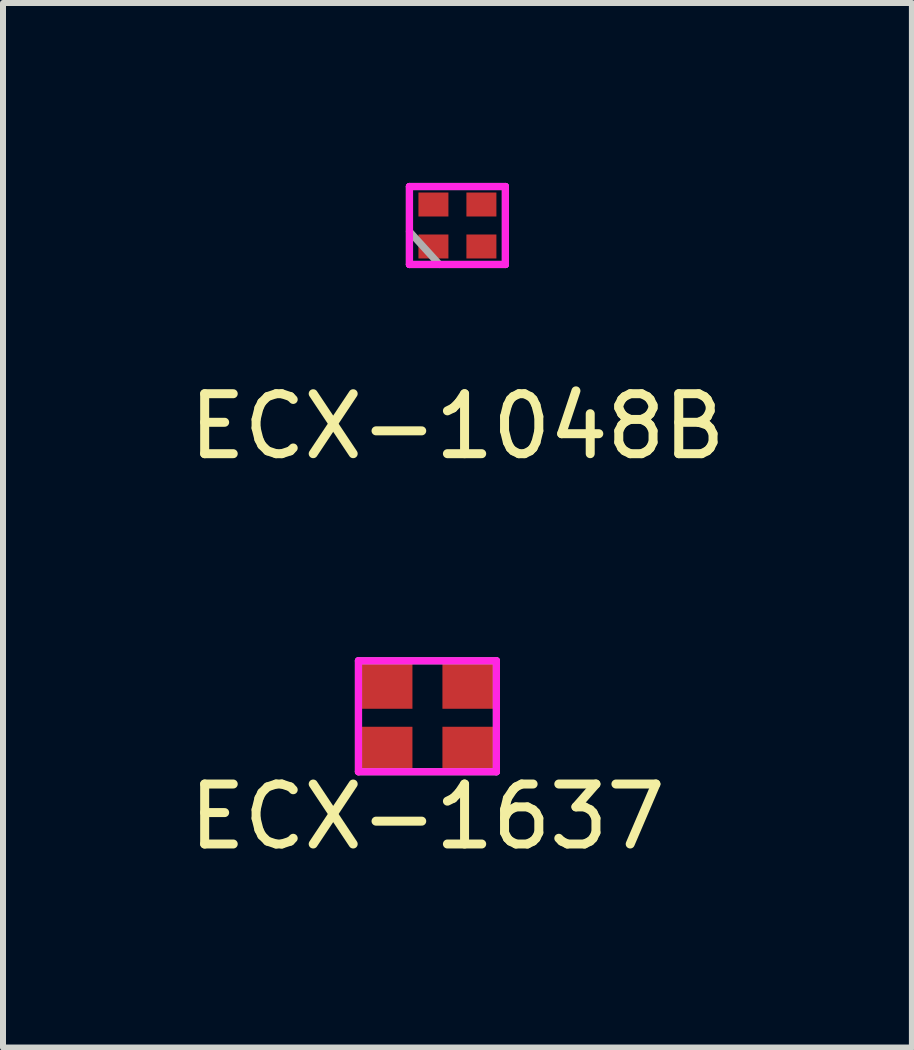
<source format=kicad_pcb>
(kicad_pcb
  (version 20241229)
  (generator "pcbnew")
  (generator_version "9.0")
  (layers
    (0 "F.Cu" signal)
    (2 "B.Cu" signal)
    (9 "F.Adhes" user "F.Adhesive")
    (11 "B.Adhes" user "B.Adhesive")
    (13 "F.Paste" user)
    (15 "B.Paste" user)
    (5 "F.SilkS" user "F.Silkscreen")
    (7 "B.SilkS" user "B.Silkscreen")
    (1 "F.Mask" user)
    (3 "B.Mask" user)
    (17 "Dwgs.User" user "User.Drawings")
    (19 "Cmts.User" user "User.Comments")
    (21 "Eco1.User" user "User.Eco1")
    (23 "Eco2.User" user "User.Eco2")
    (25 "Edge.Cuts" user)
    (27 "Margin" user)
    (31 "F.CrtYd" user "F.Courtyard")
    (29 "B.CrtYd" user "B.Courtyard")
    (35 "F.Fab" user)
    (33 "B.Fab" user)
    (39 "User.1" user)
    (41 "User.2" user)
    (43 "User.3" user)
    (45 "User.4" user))
  (footprint "ECX-1048B"
    (layer "F.Cu")
    (at 4.577 0.71)
    (property "Reference" "ECX-1048B" (at 0 3.35 0) (layer "F.SilkS") (effects (font (size 1 1) (thickness 0.15))))
    (attr through_hole)
    (fp_line (start -0.8 -0.65) (end -0.8 0.65) (stroke (width 0.12) (type solid)) (layer "F.CrtYd"))
    (fp_line (start -0.8 0.65) (end 0.8 0.65) (stroke (width 0.12) (type solid)) (layer "F.CrtYd"))
    (fp_line (start 0.8 -0.65) (end -0.8 -0.65) (stroke (width 0.12) (type solid)) (layer "F.CrtYd"))
    (fp_line (start 0.8 0.65) (end 0.8 -0.65) (stroke (width 0.12) (type solid)) (layer "F.CrtYd"))
    (fp_line (start -0.8 -0.65) (end -0.8 0.65) (stroke (width 0.12) (type solid)) (layer "F.Fab"))
    (fp_line (start -0.8 0.1) (end -0.3 0.65) (stroke (width 0.12) (type solid)) (layer "F.Fab"))
    (fp_line (start -0.8 0.65) (end 0.8 0.65) (stroke (width 0.12) (type solid)) (layer "F.Fab"))
    (fp_line (start 0.8 -0.65) (end -0.8 -0.65) (stroke (width 0.12) (type solid)) (layer "F.Fab"))
    (fp_line (start 0.8 0.65) (end 0.8 -0.65) (stroke (width 0.12) (type solid)) (layer "F.Fab"))
    (pad "1" smd rect (at -0.4 0.35) (size 0.5 0.4) (layers "F.Cu" "F.Mask" "F.Paste"))
    (pad "2" smd rect (at 0.4 0.35) (size 0.5 0.4) (layers "F.Cu" "F.Mask" "F.Paste"))
    (pad "3" smd rect (at 0.4 -0.35) (size 0.5 0.4) (layers "F.Cu" "F.Mask" "F.Paste"))
    (pad "4" smd rect (at -0.4 -0.35) (size 0.5 0.4) (layers "F.Cu" "F.Mask" "F.Paste")))
  (footprint "ECX-1637"
    (layer "F.Cu")
    (at 4.077 8.918)
    (property "Reference" "ECX-1637" (at 0 1.65 0) (layer "F.SilkS") (effects (font (size 1 1) (thickness 0.15))))
    (attr through_hole)
    (fp_line (start -1.15 -0.95) (end 1.15 -0.95) (stroke (width 0.12) (type solid)) (layer "F.CrtYd"))
    (fp_line (start -1.15 0.9) (end -1.15 -0.95) (stroke (width 0.12) (type solid)) (layer "F.CrtYd"))
    (fp_line (start 1.15 -0.95) (end 1.15 0.9) (stroke (width 0.12) (type solid)) (layer "F.CrtYd"))
    (fp_line (start 1.15 0.9) (end -1.15 0.9) (stroke (width 0.12) (type solid)) (layer "F.CrtYd"))
    (fp_line (start -1.15 -0.95) (end -1.15 0.9) (stroke (width 0.12) (type solid)) (layer "F.Fab"))
    (fp_line (start -1.15 0.9) (end 1.15 0.9) (stroke (width 0.12) (type solid)) (layer "F.Fab"))
    (fp_line (start 1.15 -0.95) (end -1.15 -0.95) (stroke (width 0.12) (type solid)) (layer "F.Fab"))
    (fp_line (start 1.15 0.9) (end 1.15 -0.95) (stroke (width 0.12) (type solid)) (layer "F.Fab"))
    (pad "1" smd rect (at -0.675 0.525) (size 0.85 0.75) (layers "F.Cu" "F.Mask" "F.Paste"))
    (pad "2" smd rect (at 0.675 0.525) (size 0.85 0.75) (layers "F.Cu" "F.Mask" "F.Paste"))
    (pad "3" smd rect (at 0.675 -0.525) (size 0.85 0.75) (layers "F.Cu" "F.Mask" "F.Paste"))
    (pad "4" smd rect (at -0.675 -0.525) (size 0.85 0.75) (layers "F.Cu" "F.Mask" "F.Paste")))
  (gr_rect
    (start -3 -3)
    (end 12.155 14.416)
    (stroke (width 0.1) (type default))
    (fill no)
    (layer "Edge.Cuts")))
</source>
